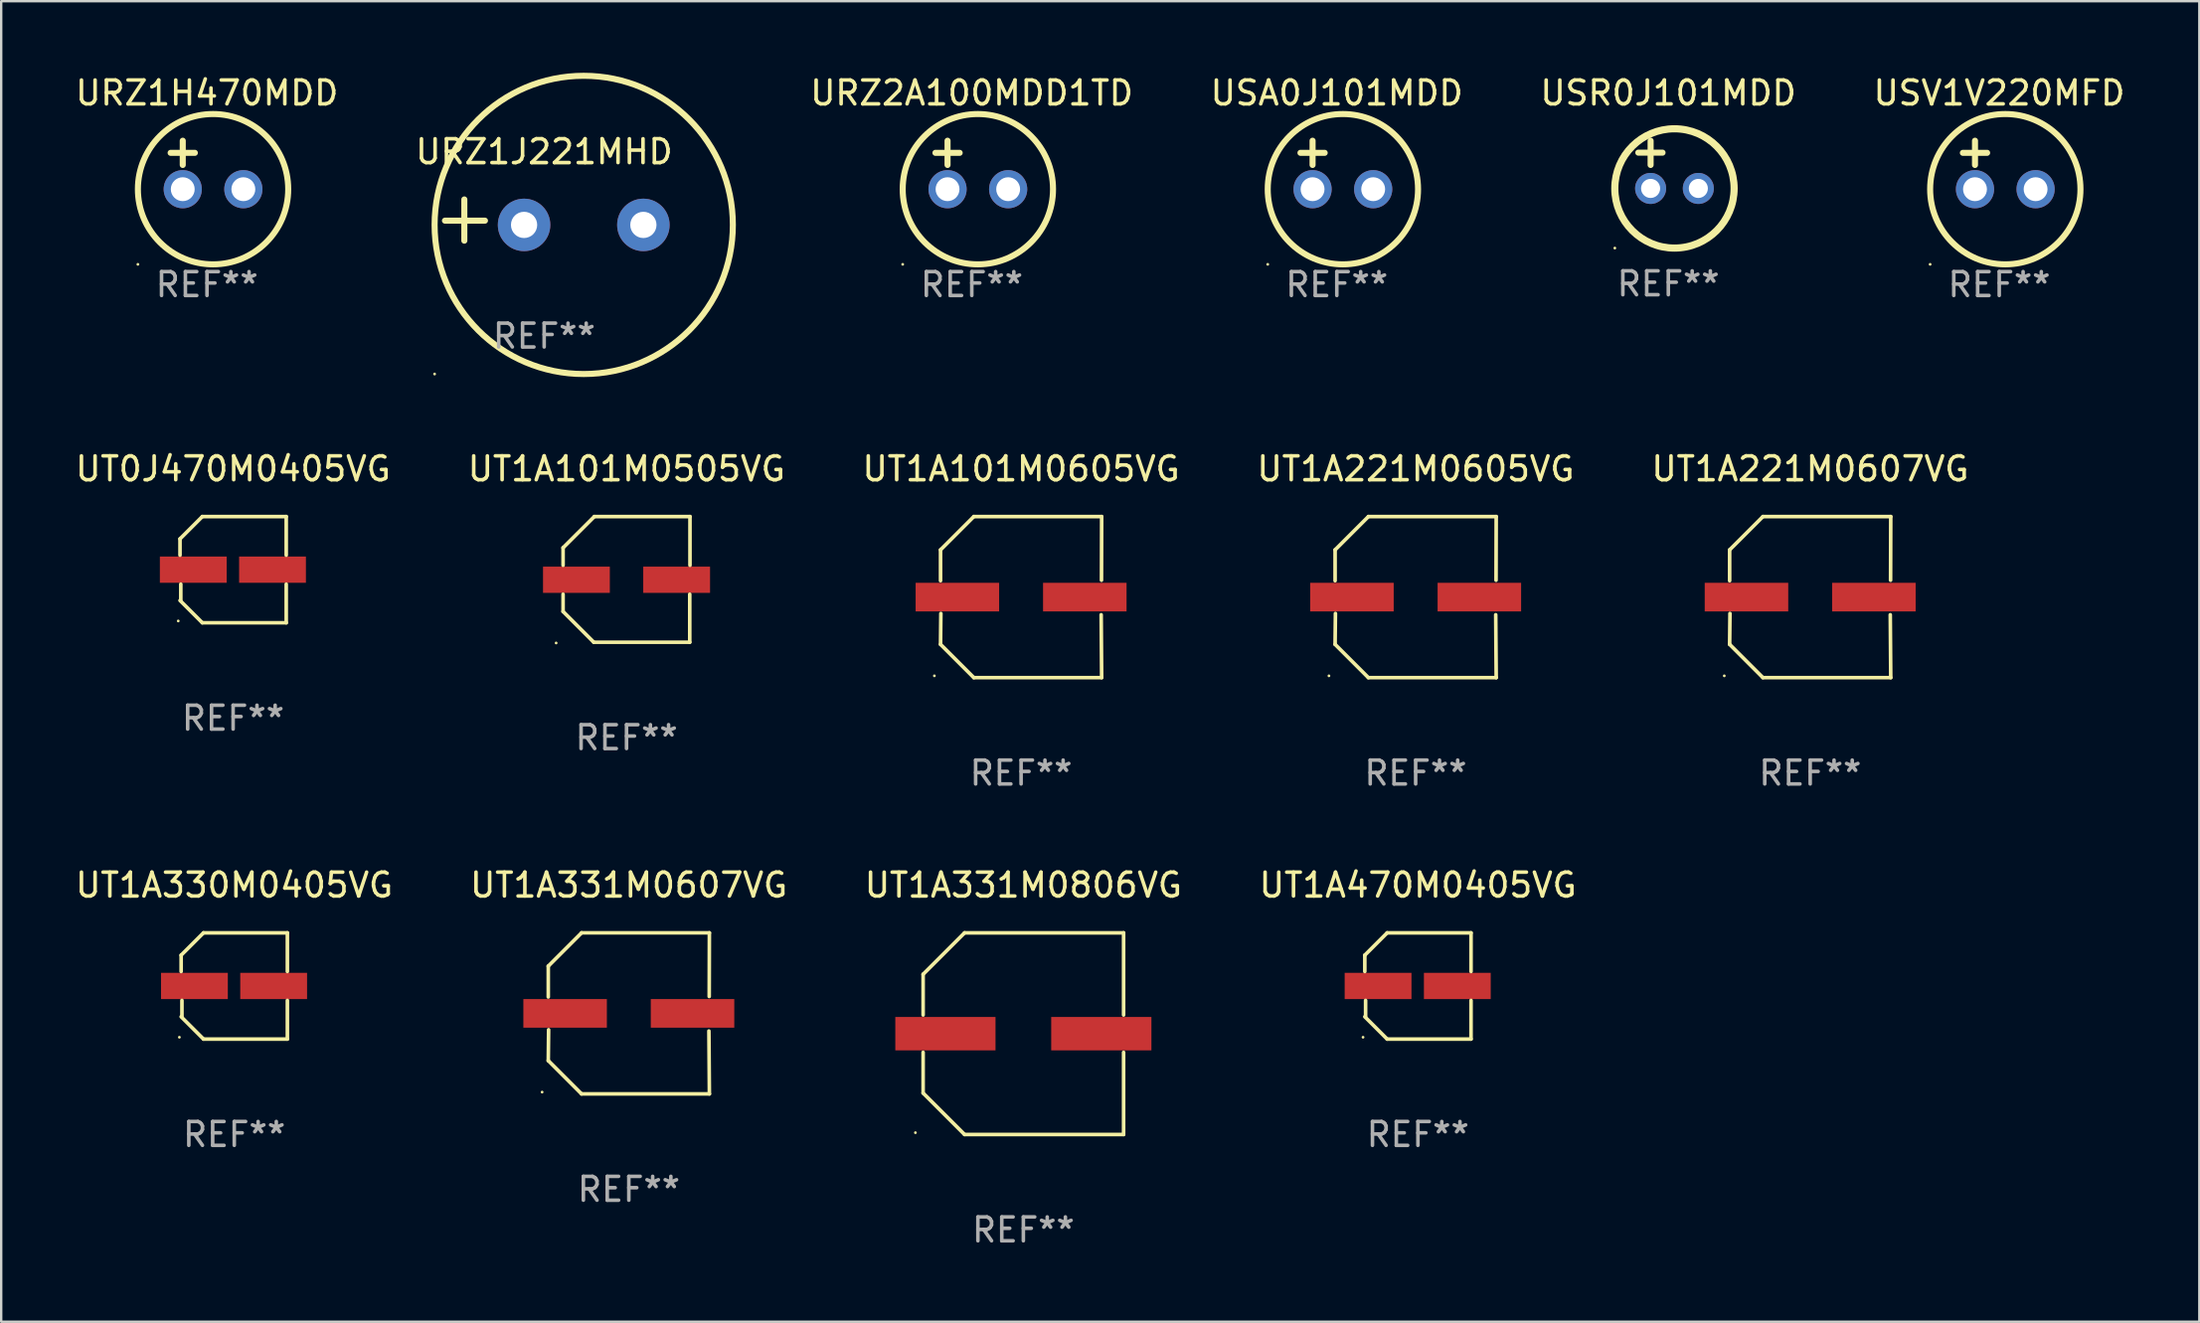
<source format=kicad_pcb>
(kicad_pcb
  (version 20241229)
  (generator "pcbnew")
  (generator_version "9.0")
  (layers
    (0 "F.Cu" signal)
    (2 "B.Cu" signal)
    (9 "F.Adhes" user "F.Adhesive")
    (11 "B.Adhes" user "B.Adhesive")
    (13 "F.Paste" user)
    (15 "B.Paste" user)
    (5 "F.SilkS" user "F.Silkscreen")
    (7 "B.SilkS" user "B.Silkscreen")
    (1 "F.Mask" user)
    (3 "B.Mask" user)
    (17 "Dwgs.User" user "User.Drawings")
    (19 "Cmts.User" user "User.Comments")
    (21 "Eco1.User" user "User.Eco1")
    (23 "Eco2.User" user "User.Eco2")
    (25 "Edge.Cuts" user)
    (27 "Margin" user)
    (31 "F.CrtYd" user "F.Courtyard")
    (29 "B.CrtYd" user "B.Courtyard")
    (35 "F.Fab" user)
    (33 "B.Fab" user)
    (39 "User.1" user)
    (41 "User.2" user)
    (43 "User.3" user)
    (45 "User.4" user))
  (footprint "URZ2A100MDD1TD"
    (layer "F.Cu")
    (at 37.678 3.864)
    (property "Reference" "URZ2A100MDD1TD" (at 0 -3.016 0) (layer "F.SilkS") (effects (font (size 1 1) (thickness 0.15))))
    (attr through_hole)
    (fp_line (start -1.524 -0.508) (end -0.508 -0.508) (stroke (width 0.254) (type solid)) (layer "F.SilkS"))
    (fp_line (start -1.016 -1.016) (end -1.016 0) (stroke (width 0.254) (type solid)) (layer "F.SilkS"))
    (fp_circle (center -2.896 4.166) (end -2.866 4.166) (stroke (width 0.06) (type solid)) (fill no) (layer "F.SilkS"))
    (fp_circle (center 0.254 1.016) (end 3.404 1.016) (stroke (width 0.254) (type solid)) (fill no) (layer "F.SilkS"))
    (fp_text user "REF**" (at 0 5.016 0) (layer "F.Fab") (effects (font (size 1 1) (thickness 0.15))))
    (pad "1" thru_hole circle (at -1.016 1.016) (size 1.6 1.6) (drill 1) (layers "*.Cu" "*.Mask"))
    (pad "2" thru_hole circle (at 1.524 1.016) (size 1.6 1.6) (drill 1) (layers "*.Cu" "*.Mask")))
  (footprint "UT1A470M0405VG"
    (layer "F.Cu")
    (at 56.375 38.277)
    (property "Reference" "UT1A470M0405VG" (at 0 -4.226 0) (layer "F.SilkS") (effects (font (size 1 1) (thickness 0.15))))
    (attr through_hole)
    (fp_line (start -2.226 -1.29) (end -2.226 -0.607) (stroke (width 0.152) (type solid)) (layer "F.SilkS"))
    (fp_line (start -2.193 1.29) (end -2.193 0.607) (stroke (width 0.152) (type solid)) (layer "F.SilkS"))
    (fp_line (start -1.29 2.226) (end -2.226 1.29) (stroke (width 0.152) (type solid)) (layer "F.SilkS"))
    (fp_line (start -1.29 -2.226) (end -2.226 -1.29) (stroke (width 0.152) (type solid)) (layer "F.SilkS"))
    (fp_line (start 2.226 -2.226) (end -1.29 -2.226) (stroke (width 0.152) (type solid)) (layer "F.SilkS"))
    (fp_line (start 2.226 -0.607) (end 2.226 -2.226) (stroke (width 0.152) (type solid)) (layer "F.SilkS"))
    (fp_line (start 2.226 0.607) (end 2.226 2.226) (stroke (width 0.152) (type solid)) (layer "F.SilkS"))
    (fp_line (start 2.226 2.226) (end -1.29 2.226) (stroke (width 0.152) (type solid)) (layer "F.SilkS"))
    (fp_circle (center -2.3 2.15) (end -2.27 2.15) (stroke (width 0.06) (type solid)) (fill no) (layer "F.SilkS"))
    (fp_text user "REF**" (at 0 6.226 0) (layer "F.Fab") (effects (font (size 1 1) (thickness 0.15))))
    (pad "1" smd rect (at -1.67 -0.000025) (size 2.8 1.1) (layers "F.Cu" "F.Mask" "F.Paste"))
    (pad "2" smd rect (at 1.651 -0.000025) (size 2.8 1.1) (layers "F.Cu" "F.Mask" "F.Paste")))
  (footprint "UT1A330M0405VG"
    (layer "F.Cu")
    (at 6.768 38.277)
    (property "Reference" "UT1A330M0405VG" (at 0 -4.226 0) (layer "F.SilkS") (effects (font (size 1 1) (thickness 0.15))))
    (attr through_hole)
    (fp_line (start -2.226 -1.29) (end -2.226 -0.607) (stroke (width 0.152) (type solid)) (layer "F.SilkS"))
    (fp_line (start -2.193 1.29) (end -2.193 0.607) (stroke (width 0.152) (type solid)) (layer "F.SilkS"))
    (fp_line (start -1.29 2.226) (end -2.226 1.29) (stroke (width 0.152) (type solid)) (layer "F.SilkS"))
    (fp_line (start -1.29 -2.226) (end -2.226 -1.29) (stroke (width 0.152) (type solid)) (layer "F.SilkS"))
    (fp_line (start 2.226 -2.226) (end -1.29 -2.226) (stroke (width 0.152) (type solid)) (layer "F.SilkS"))
    (fp_line (start 2.226 -0.607) (end 2.226 -2.226) (stroke (width 0.152) (type solid)) (layer "F.SilkS"))
    (fp_line (start 2.226 0.607) (end 2.226 2.226) (stroke (width 0.152) (type solid)) (layer "F.SilkS"))
    (fp_line (start 2.226 2.226) (end -1.29 2.226) (stroke (width 0.152) (type solid)) (layer "F.SilkS"))
    (fp_circle (center -2.3 2.15) (end -2.27 2.15) (stroke (width 0.06) (type solid)) (fill no) (layer "F.SilkS"))
    (fp_text user "REF**" (at 0 6.226 0) (layer "F.Fab") (effects (font (size 1 1) (thickness 0.15))))
    (pad "1" smd rect (at -1.67 -0.000025) (size 2.8 1.1) (layers "F.Cu" "F.Mask" "F.Paste"))
    (pad "2" smd rect (at 1.651 -0.000025) (size 2.8 1.1) (layers "F.Cu" "F.Mask" "F.Paste")))
  (footprint "UT1A221M0605VG"
    (layer "F.Cu")
    (at 56.28 21.978)
    (property "Reference" "UT1A221M0605VG" (at 0 -5.376 0) (layer "F.SilkS") (effects (font (size 1 1) (thickness 0.15))))
    (attr through_hole)
    (fp_line (start -3.376 -1.98) (end -3.376 -0.686) (stroke (width 0.152) (type solid)) (layer "F.SilkS"))
    (fp_line (start -3.376 1.981) (end -3.362 0.686) (stroke (width 0.152) (type solid)) (layer "F.SilkS"))
    (fp_line (start -1.981 3.376) (end -3.376 1.981) (stroke (width 0.152) (type solid)) (layer "F.SilkS"))
    (fp_line (start -1.98 -3.376) (end -3.376 -1.98) (stroke (width 0.152) (type solid)) (layer "F.SilkS"))
    (fp_line (start 3.356 0.74) (end 3.376 3.376) (stroke (width 0.152) (type solid)) (layer "F.SilkS"))
    (fp_line (start 3.369 -0.707) (end 3.376 -3.376) (stroke (width 0.152) (type solid)) (layer "F.SilkS"))
    (fp_line (start 3.376 3.376) (end -1.981 3.376) (stroke (width 0.152) (type solid)) (layer "F.SilkS"))
    (fp_line (start 3.376 -3.376) (end -1.98 -3.376) (stroke (width 0.152) (type solid)) (layer "F.SilkS"))
    (fp_circle (center -3.634 3.3) (end -3.604 3.3) (stroke (width 0.06) (type solid)) (fill no) (layer "F.SilkS"))
    (fp_text user "REF**" (at 0 7.376 0) (layer "F.Fab") (effects (font (size 1 1) (thickness 0.15))))
    (pad "1" smd rect (at -2.67 0.000254) (size 3.5 1.2) (layers "F.Cu" "F.Mask" "F.Paste"))
    (pad "2" smd rect (at 2.67 0.000254) (size 3.5 1.2) (layers "F.Cu" "F.Mask" "F.Paste")))
  (footprint "UT1A101M0605VG"
    (layer "F.Cu")
    (at 39.744 21.978)
    (property "Reference" "UT1A101M0605VG" (at 0 -5.376 0) (layer "F.SilkS") (effects (font (size 1 1) (thickness 0.15))))
    (attr through_hole)
    (fp_line (start -3.376 -1.98) (end -3.376 -0.686) (stroke (width 0.152) (type solid)) (layer "F.SilkS"))
    (fp_line (start -3.376 1.981) (end -3.362 0.686) (stroke (width 0.152) (type solid)) (layer "F.SilkS"))
    (fp_line (start -1.981 3.376) (end -3.376 1.981) (stroke (width 0.152) (type solid)) (layer "F.SilkS"))
    (fp_line (start -1.98 -3.376) (end -3.376 -1.98) (stroke (width 0.152) (type solid)) (layer "F.SilkS"))
    (fp_line (start 3.356 0.74) (end 3.376 3.376) (stroke (width 0.152) (type solid)) (layer "F.SilkS"))
    (fp_line (start 3.369 -0.707) (end 3.376 -3.376) (stroke (width 0.152) (type solid)) (layer "F.SilkS"))
    (fp_line (start 3.376 3.376) (end -1.981 3.376) (stroke (width 0.152) (type solid)) (layer "F.SilkS"))
    (fp_line (start 3.376 -3.376) (end -1.98 -3.376) (stroke (width 0.152) (type solid)) (layer "F.SilkS"))
    (fp_circle (center -3.634 3.3) (end -3.604 3.3) (stroke (width 0.06) (type solid)) (fill no) (layer "F.SilkS"))
    (fp_text user "REF**" (at 0 7.376 0) (layer "F.Fab") (effects (font (size 1 1) (thickness 0.15))))
    (pad "1" smd rect (at -2.67 0.000254) (size 3.5 1.2) (layers "F.Cu" "F.Mask" "F.Paste"))
    (pad "2" smd rect (at 2.67 0.000254) (size 3.5 1.2) (layers "F.Cu" "F.Mask" "F.Paste")))
  (footprint "UT1A221M0607VG"
    (layer "F.Cu")
    (at 72.815 21.978)
    (property "Reference" "UT1A221M0607VG" (at 0 -5.376 0) (layer "F.SilkS") (effects (font (size 1 1) (thickness 0.15))))
    (attr through_hole)
    (fp_line (start -3.376 -1.98) (end -3.376 -0.686) (stroke (width 0.152) (type solid)) (layer "F.SilkS"))
    (fp_line (start -3.376 1.981) (end -3.362 0.686) (stroke (width 0.152) (type solid)) (layer "F.SilkS"))
    (fp_line (start -1.981 3.376) (end -3.376 1.981) (stroke (width 0.152) (type solid)) (layer "F.SilkS"))
    (fp_line (start -1.98 -3.376) (end -3.376 -1.98) (stroke (width 0.152) (type solid)) (layer "F.SilkS"))
    (fp_line (start 3.356 0.74) (end 3.376 3.376) (stroke (width 0.152) (type solid)) (layer "F.SilkS"))
    (fp_line (start 3.369 -0.707) (end 3.376 -3.376) (stroke (width 0.152) (type solid)) (layer "F.SilkS"))
    (fp_line (start 3.376 3.376) (end -1.981 3.376) (stroke (width 0.152) (type solid)) (layer "F.SilkS"))
    (fp_line (start 3.376 -3.376) (end -1.98 -3.376) (stroke (width 0.152) (type solid)) (layer "F.SilkS"))
    (fp_circle (center -3.6 3.3) (end -3.57 3.3) (stroke (width 0.06) (type solid)) (fill no) (layer "F.SilkS"))
    (fp_text user "REF**" (at 0 7.376 0) (layer "F.Fab") (effects (font (size 1 1) (thickness 0.15))))
    (pad "1" smd rect (at -2.67 0.000381) (size 3.5 1.2) (layers "F.Cu" "F.Mask" "F.Paste"))
    (pad "2" smd rect (at 2.67 0.000381) (size 3.5 1.2) (layers "F.Cu" "F.Mask" "F.Paste")))
  (footprint "UT1A101M0505VG"
    (layer "F.Cu")
    (at 23.208 21.236)
    (property "Reference" "UT1A101M0505VG" (at 0 -4.634 0) (layer "F.SilkS") (effects (font (size 1 1) (thickness 0.15))))
    (attr through_hole)
    (fp_line (start -2.659 -1.326) (end -2.659 -0.592) (stroke (width 0.152) (type solid)) (layer "F.SilkS"))
    (fp_line (start -2.659 1.346) (end -2.659 0.622) (stroke (width 0.152) (type solid)) (layer "F.SilkS"))
    (fp_line (start -1.372 2.634) (end -2.659 1.346) (stroke (width 0.152) (type solid)) (layer "F.SilkS"))
    (fp_line (start -1.349 -2.634) (end -2.659 -1.326) (stroke (width 0.152) (type solid)) (layer "F.SilkS"))
    (fp_line (start 2.649 0.622) (end 2.649 2.634) (stroke (width 0.152) (type solid)) (layer "F.SilkS"))
    (fp_line (start 2.649 2.634) (end -1.372 2.634) (stroke (width 0.152) (type solid)) (layer "F.SilkS"))
    (fp_line (start 2.659 -2.634) (end -1.349 -2.634) (stroke (width 0.152) (type solid)) (layer "F.SilkS"))
    (fp_line (start 2.659 -0.592) (end 2.659 -2.634) (stroke (width 0.152) (type solid)) (layer "F.SilkS"))
    (fp_circle (center -2.95 2.665) (end -2.92 2.665) (stroke (width 0.06) (type solid)) (fill no) (layer "F.SilkS"))
    (fp_text user "REF**" (at 0 6.634 0) (layer "F.Fab") (effects (font (size 1 1) (thickness 0.15))))
    (pad "1" smd rect (at -2.1 0.015) (size 2.8 1.1) (layers "F.Cu" "F.Mask" "F.Paste"))
    (pad "2" smd rect (at 2.1 0.015) (size 2.8 1.1) (layers "F.Cu" "F.Mask" "F.Paste")))
  (footprint "URZ1J221MHD"
    (layer "F.Cu")
    (at 19.756 6.174)
    (property "Reference" "URZ1J221MHD" (at 0 -2.864 0) (layer "F.SilkS") (effects (font (size 1 1) (thickness 0.15))))
    (attr through_hole)
    (fp_line (start -3.346 0.864) (end -3.346 -0.864) (stroke (width 0.254) (type solid)) (layer "F.SilkS"))
    (fp_line (start -2.482 0.025) (end -4.158 0.025) (stroke (width 0.254) (type solid)) (layer "F.SilkS"))
    (fp_circle (center -4.592 6.453) (end -4.562 6.453) (stroke (width 0.06) (type solid)) (fill no) (layer "F.SilkS"))
    (fp_circle (center 1.658 0.203) (end 7.908 0.203) (stroke (width 0.254) (type solid)) (fill no) (layer "F.SilkS"))
    (fp_text user "REF**" (at 0 4.864 0) (layer "F.Fab") (effects (font (size 1 1) (thickness 0.15))))
    (pad "1" thru_hole circle (at -0.842 0.203) (size 2.2 2.2) (drill 1.1) (layers "*.Cu" "*.Mask"))
    (pad "2" thru_hole circle (at 4.158 0.203) (size 2.2 2.2) (drill 1.1) (layers "*.Cu" "*.Mask")))
  (footprint "URZ1H470MDD"
    (layer "F.Cu")
    (at 5.625 3.864)
    (property "Reference" "URZ1H470MDD" (at 0 -3.016 0) (layer "F.SilkS") (effects (font (size 1 1) (thickness 0.15))))
    (attr through_hole)
    (fp_line (start -1.524 -0.508) (end -0.508 -0.508) (stroke (width 0.254) (type solid)) (layer "F.SilkS"))
    (fp_line (start -1.016 -1.016) (end -1.016 0) (stroke (width 0.254) (type solid)) (layer "F.SilkS"))
    (fp_circle (center -2.896 4.166) (end -2.866 4.166) (stroke (width 0.06) (type solid)) (fill no) (layer "F.SilkS"))
    (fp_circle (center 0.254 1.016) (end 3.404 1.016) (stroke (width 0.254) (type solid)) (fill no) (layer "F.SilkS"))
    (fp_text user "REF**" (at 0 5.016 0) (layer "F.Fab") (effects (font (size 1 1) (thickness 0.15))))
    (pad "1" thru_hole circle (at -1.016 1.016) (size 1.6 1.6) (drill 1) (layers "*.Cu" "*.Mask"))
    (pad "2" thru_hole circle (at 1.524 1.016) (size 1.6 1.6) (drill 1) (layers "*.Cu" "*.Mask")))
  (footprint "USV1V220MFD"
    (layer "F.Cu")
    (at 80.738 3.864)
    (property "Reference" "USV1V220MFD" (at 0 -3.016 0) (layer "F.SilkS") (effects (font (size 1 1) (thickness 0.15))))
    (attr through_hole)
    (fp_line (start -1.524 -0.508) (end -0.508 -0.508) (stroke (width 0.254) (type solid)) (layer "F.SilkS"))
    (fp_line (start -1.016 -1.016) (end -1.016 0) (stroke (width 0.254) (type solid)) (layer "F.SilkS"))
    (fp_circle (center -2.896 4.166) (end -2.866 4.166) (stroke (width 0.06) (type solid)) (fill no) (layer "F.SilkS"))
    (fp_circle (center 0.254 1.016) (end 3.404 1.016) (stroke (width 0.254) (type solid)) (fill no) (layer "F.SilkS"))
    (fp_text user "REF**" (at 0 5.016 0) (layer "F.Fab") (effects (font (size 1 1) (thickness 0.15))))
    (pad "1" thru_hole circle (at -1.016 1.016) (size 1.6 1.6) (drill 1) (layers "*.Cu" "*.Mask"))
    (pad "2" thru_hole circle (at 1.524 1.016) (size 1.6 1.6) (drill 1) (layers "*.Cu" "*.Mask")))
  (footprint "USA0J101MDD"
    (layer "F.Cu")
    (at 52.976 3.864)
    (property "Reference" "USA0J101MDD" (at 0 -3.016 0) (layer "F.SilkS") (effects (font (size 1 1) (thickness 0.15))))
    (attr through_hole)
    (fp_line (start -1.524 -0.508) (end -0.508 -0.508) (stroke (width 0.254) (type solid)) (layer "F.SilkS"))
    (fp_line (start -1.016 -1.016) (end -1.016 0) (stroke (width 0.254) (type solid)) (layer "F.SilkS"))
    (fp_circle (center -2.896 4.166) (end -2.866 4.166) (stroke (width 0.06) (type solid)) (fill no) (layer "F.SilkS"))
    (fp_circle (center 0.254 1.016) (end 3.404 1.016) (stroke (width 0.254) (type solid)) (fill no) (layer "F.SilkS"))
    (fp_text user "REF**" (at 0 5.016 0) (layer "F.Fab") (effects (font (size 1 1) (thickness 0.15))))
    (pad "1" thru_hole circle (at -1.016 1.016) (size 1.6 1.6) (drill 1) (layers "*.Cu" "*.Mask"))
    (pad "2" thru_hole circle (at 1.524 1.016) (size 1.6 1.6) (drill 1) (layers "*.Cu" "*.Mask")))
  (footprint "UT1A331M0607VG"
    (layer "F.Cu")
    (at 23.304 39.426)
    (property "Reference" "UT1A331M0607VG" (at 0 -5.376 0) (layer "F.SilkS") (effects (font (size 1 1) (thickness 0.15))))
    (attr through_hole)
    (fp_line (start -3.376 -1.98) (end -3.376 -0.686) (stroke (width 0.152) (type solid)) (layer "F.SilkS"))
    (fp_line (start -3.376 1.981) (end -3.362 0.686) (stroke (width 0.152) (type solid)) (layer "F.SilkS"))
    (fp_line (start -1.981 3.376) (end -3.376 1.981) (stroke (width 0.152) (type solid)) (layer "F.SilkS"))
    (fp_line (start -1.98 -3.376) (end -3.376 -1.98) (stroke (width 0.152) (type solid)) (layer "F.SilkS"))
    (fp_line (start 3.356 0.74) (end 3.376 3.376) (stroke (width 0.152) (type solid)) (layer "F.SilkS"))
    (fp_line (start 3.369 -0.707) (end 3.376 -3.376) (stroke (width 0.152) (type solid)) (layer "F.SilkS"))
    (fp_line (start 3.376 3.376) (end -1.981 3.376) (stroke (width 0.152) (type solid)) (layer "F.SilkS"))
    (fp_line (start 3.376 -3.376) (end -1.98 -3.376) (stroke (width 0.152) (type solid)) (layer "F.SilkS"))
    (fp_circle (center -3.634 3.3) (end -3.604 3.3) (stroke (width 0.06) (type solid)) (fill no) (layer "F.SilkS"))
    (fp_text user "REF**" (at 0 7.376 0) (layer "F.Fab") (effects (font (size 1 1) (thickness 0.15))))
    (pad "1" smd rect (at -2.67 0.000254) (size 3.5 1.2) (layers "F.Cu" "F.Mask" "F.Paste"))
    (pad "2" smd rect (at 2.67 0.000254) (size 3.5 1.2) (layers "F.Cu" "F.Mask" "F.Paste")))
  (footprint "UT0J470M0405VG"
    (layer "F.Cu")
    (at 6.72 20.828)
    (property "Reference" "UT0J470M0405VG" (at 0 -4.226 0) (layer "F.SilkS") (effects (font (size 1 1) (thickness 0.15))))
    (attr through_hole)
    (fp_line (start -2.226 -1.29) (end -2.226 -0.607) (stroke (width 0.152) (type solid)) (layer "F.SilkS"))
    (fp_line (start -2.193 1.29) (end -2.193 0.607) (stroke (width 0.152) (type solid)) (layer "F.SilkS"))
    (fp_line (start -1.29 2.226) (end -2.226 1.29) (stroke (width 0.152) (type solid)) (layer "F.SilkS"))
    (fp_line (start -1.29 -2.226) (end -2.226 -1.29) (stroke (width 0.152) (type solid)) (layer "F.SilkS"))
    (fp_line (start 2.226 -2.226) (end -1.29 -2.226) (stroke (width 0.152) (type solid)) (layer "F.SilkS"))
    (fp_line (start 2.226 -0.607) (end 2.226 -2.226) (stroke (width 0.152) (type solid)) (layer "F.SilkS"))
    (fp_line (start 2.226 0.607) (end 2.226 2.226) (stroke (width 0.152) (type solid)) (layer "F.SilkS"))
    (fp_line (start 2.226 2.226) (end -1.29 2.226) (stroke (width 0.152) (type solid)) (layer "F.SilkS"))
    (fp_circle (center -2.3 2.15) (end -2.27 2.15) (stroke (width 0.06) (type solid)) (fill no) (layer "F.SilkS"))
    (fp_text user "REF**" (at 0 6.226 0) (layer "F.Fab") (effects (font (size 1 1) (thickness 0.15))))
    (pad "1" smd rect (at -1.67 -0.000025) (size 2.8 1.1) (layers "F.Cu" "F.Mask" "F.Paste"))
    (pad "2" smd rect (at 1.651 -0.000025) (size 2.8 1.1) (layers "F.Cu" "F.Mask" "F.Paste")))
  (footprint "USR0J101MDD"
    (layer "F.Cu")
    (at 66.869 3.848)
    (property "Reference" "USR0J101MDD" (at 0 -3 0) (layer "F.SilkS") (effects (font (size 1 1) (thickness 0.15))))
    (attr through_hole)
    (fp_line (start -1.258 -0.5) (end -0.242 -0.5) (stroke (width 0.254) (type solid)) (layer "F.SilkS"))
    (fp_line (start -0.742 -1) (end -0.742 0.016) (stroke (width 0.254) (type solid)) (layer "F.SilkS"))
    (fp_circle (center -2.242 3.5) (end -2.212 3.5) (stroke (width 0.06) (type solid)) (fill no) (layer "F.SilkS"))
    (fp_circle (center 0.258 1) (end 2.758 1) (stroke (width 0.3) (type solid)) (fill no) (layer "F.SilkS"))
    (fp_text user "REF**" (at 0 5 0) (layer "F.Fab") (effects (font (size 1 1) (thickness 0.15))))
    (pad "1" thru_hole circle (at -0.742 1) (size 1.3 1.3) (drill 0.8) (layers "*.Cu" "*.Mask"))
    (pad "2" thru_hole circle (at 1.258 1) (size 1.3 1.3) (drill 0.8) (layers "*.Cu" "*.Mask")))
  (footprint "UT1A331M0806VG"
    (layer "F.Cu")
    (at 39.839 40.277)
    (property "Reference" "UT1A331M0806VG" (at 0 -6.226 0) (layer "F.SilkS") (effects (font (size 1 1) (thickness 0.15))))
    (attr through_hole)
    (fp_line (start -4.201 -2.49) (end -4.201 -0.782) (stroke (width 0.152) (type solid)) (layer "F.SilkS"))
    (fp_line (start -4.201 2.49) (end -4.201 0.782) (stroke (width 0.152) (type solid)) (layer "F.SilkS"))
    (fp_line (start -2.465 -4.226) (end -4.201 -2.49) (stroke (width 0.152) (type solid)) (layer "F.SilkS"))
    (fp_line (start -2.465 4.226) (end -4.201 2.49) (stroke (width 0.152) (type solid)) (layer "F.SilkS"))
    (fp_line (start 4.201 -4.226) (end -2.465 -4.226) (stroke (width 0.152) (type solid)) (layer "F.SilkS"))
    (fp_line (start 4.201 -0.782) (end 4.201 -4.226) (stroke (width 0.152) (type solid)) (layer "F.SilkS"))
    (fp_line (start 4.201 0.782) (end 4.201 4.226) (stroke (width 0.152) (type solid)) (layer "F.SilkS"))
    (fp_line (start 4.201 4.226) (end -2.465 4.226) (stroke (width 0.152) (type solid)) (layer "F.SilkS"))
    (fp_circle (center -4.524 4.15) (end -4.494 4.15) (stroke (width 0.06) (type solid)) (fill no) (layer "F.SilkS"))
    (fp_text user "REF**" (at 0 8.226 0) (layer "F.Fab") (effects (font (size 1 1) (thickness 0.15))))
    (pad "1" smd rect (at -3.267 0) (size 4.2 1.4) (layers "F.Cu" "F.Mask" "F.Paste"))
    (pad "2" smd rect (at 3.267 0) (size 4.2 1.4) (layers "F.Cu" "F.Mask" "F.Paste")))
  (gr_rect
    (start -3 -3)
    (end 89.124 52.351)
    (stroke (width 0.1) (type default))
    (fill no)
    (layer "Edge.Cuts")))
</source>
